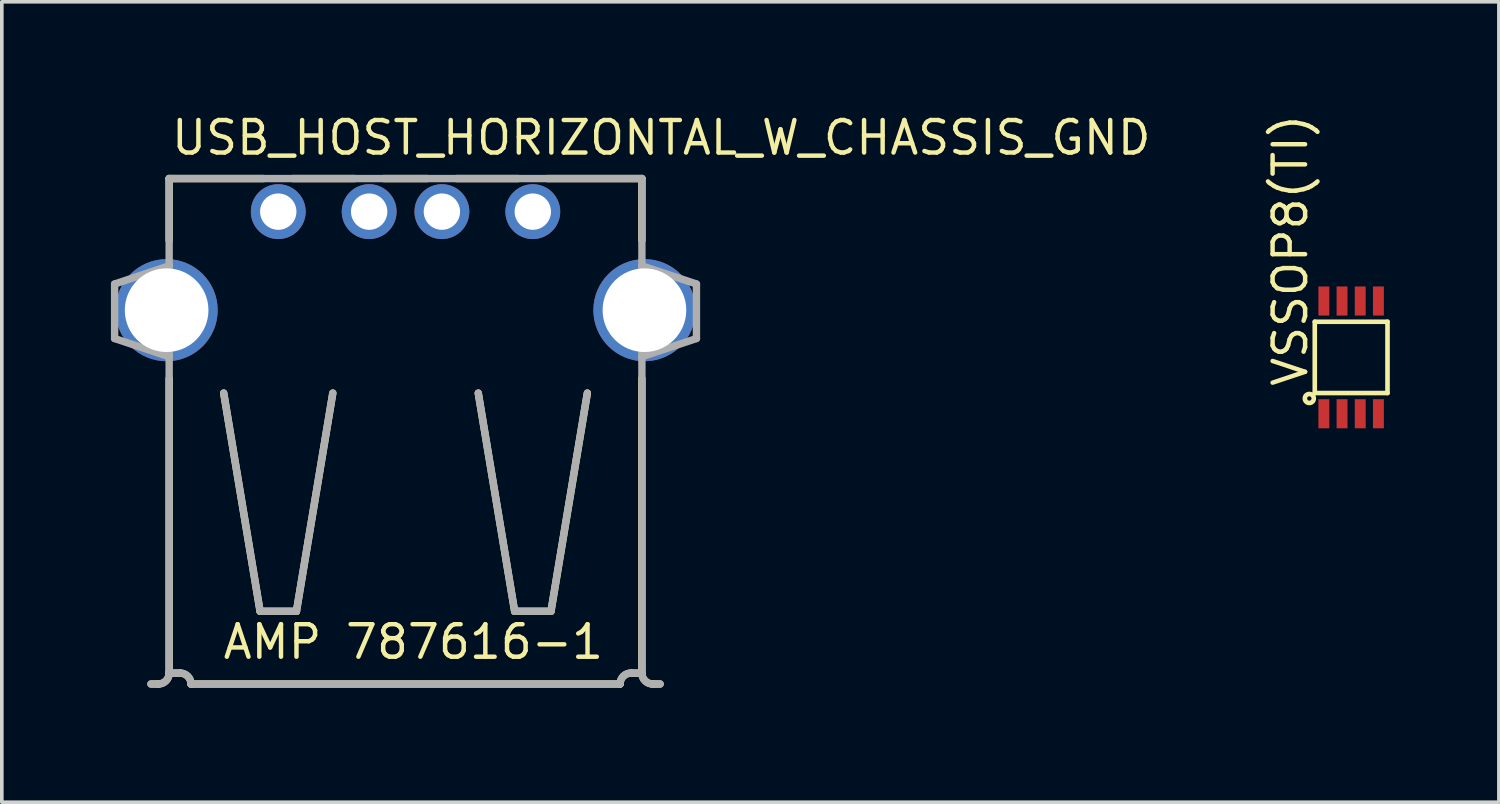
<source format=kicad_pcb>
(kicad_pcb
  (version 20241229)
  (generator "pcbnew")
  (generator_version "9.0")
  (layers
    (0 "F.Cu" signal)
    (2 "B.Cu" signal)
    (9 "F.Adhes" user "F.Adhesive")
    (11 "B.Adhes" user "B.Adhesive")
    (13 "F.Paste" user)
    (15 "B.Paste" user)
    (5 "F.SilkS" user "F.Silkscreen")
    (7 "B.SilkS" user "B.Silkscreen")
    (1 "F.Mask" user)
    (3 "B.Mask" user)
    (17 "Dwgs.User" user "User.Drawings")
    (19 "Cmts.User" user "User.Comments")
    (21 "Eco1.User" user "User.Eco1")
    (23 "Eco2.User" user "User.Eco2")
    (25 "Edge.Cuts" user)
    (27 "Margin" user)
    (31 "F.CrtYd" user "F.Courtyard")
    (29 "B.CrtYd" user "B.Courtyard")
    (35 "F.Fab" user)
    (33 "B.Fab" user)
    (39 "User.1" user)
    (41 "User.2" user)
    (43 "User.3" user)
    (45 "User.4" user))
  (footprint "USB_HOST_HORIZONTAL_W_CHASSIS_GND"
    (layer "F.Cu")
    (at 8.102 15.76)
    (property "Reference" "USB_HOST_HORIZONTAL_W_CHASSIS_GND" (at -6.5 -14.5 0) (layer "F.SilkS") (effects (font (size 0.894 0.894) (thickness 0.122)) (justify left bottom)))
    (fp_line (start -6.8 0) (end -7 0) (stroke (width 0.203) (type solid)) (layer "F.SilkS"))
    (fp_line (start -6.5 -13.9) (end -6.5 -12.2) (stroke (width 0.203) (type solid)) (layer "F.SilkS"))
    (fp_line (start -6.5 -8.4) (end -6.5 -0.3) (stroke (width 0.203) (type solid)) (layer "F.SilkS"))
    (fp_line (start -6.5 -0.3) (end -6.5 -0.3) (stroke (width 0.203) (type solid)) (layer "F.SilkS"))
    (fp_line (start -6.5 -0.3) (end -6.2 -0.3) (stroke (width 0.203) (type solid)) (layer "F.SilkS"))
    (fp_line (start -5.9 0) (end 5.9 0) (stroke (width 0.203) (type solid)) (layer "F.SilkS"))
    (fp_line (start -5 -8) (end -4 -2) (stroke (width 0.203) (type solid)) (layer "F.SilkS"))
    (fp_line (start -4 -2) (end -3 -2) (stroke (width 0.203) (type solid)) (layer "F.SilkS"))
    (fp_line (start -3.9 -13.9) (end -6.5 -13.9) (stroke (width 0.203) (type solid)) (layer "F.SilkS"))
    (fp_line (start -3 -2) (end -2 -8) (stroke (width 0.203) (type solid)) (layer "F.SilkS"))
    (fp_line (start -1.4 -13.9) (end -3.1 -13.9) (stroke (width 0.203) (type solid)) (layer "F.SilkS"))
    (fp_line (start 0.6 -13.9) (end -0.6 -13.9) (stroke (width 0.203) (type solid)) (layer "F.SilkS"))
    (fp_line (start 3 -2) (end 2 -8) (stroke (width 0.203) (type solid)) (layer "F.SilkS"))
    (fp_line (start 3.1 -13.9) (end 1.4 -13.9) (stroke (width 0.203) (type solid)) (layer "F.SilkS"))
    (fp_line (start 4 -2) (end 3 -2) (stroke (width 0.203) (type solid)) (layer "F.SilkS"))
    (fp_line (start 5 -8) (end 4 -2) (stroke (width 0.203) (type solid)) (layer "F.SilkS"))
    (fp_line (start 6.2 -0.3) (end 6.5 -0.3) (stroke (width 0.203) (type solid)) (layer "F.SilkS"))
    (fp_line (start 6.5 -13.9) (end 3.9 -13.9) (stroke (width 0.203) (type solid)) (layer "F.SilkS"))
    (fp_line (start 6.5 -12.2) (end 6.5 -13.9) (stroke (width 0.203) (type solid)) (layer "F.SilkS"))
    (fp_line (start 6.5 -0.3) (end 6.5 -8.4) (stroke (width 0.203) (type solid)) (layer "F.SilkS"))
    (fp_line (start 6.8 0) (end 7 0) (stroke (width 0.203) (type solid)) (layer "F.SilkS"))
    (fp_arc (start -6.4999 -0.3) (mid -6.587768 -0.087868) (end -6.7999 0) (stroke (width 0.2032) (type solid)) (layer "F.SilkS"))
    (fp_arc (start -6.2 -0.3) (mid -5.987868 -0.212132) (end -5.9 0) (stroke (width 0.2032) (type solid)) (layer "F.SilkS"))
    (fp_arc (start 5.9 0) (mid 5.987862 -0.212167) (end 6.199999 -0.300099) (stroke (width 0.2032) (type solid)) (layer "F.SilkS"))
    (fp_arc (start 6.8 0) (mid 6.587868 -0.087868) (end 6.5 -0.3) (stroke (width 0.2032) (type solid)) (layer "F.SilkS"))
    (fp_line (start -8 -11) (end -8 -9.5) (stroke (width 0.203) (type solid)) (layer "F.Fab"))
    (fp_line (start -8 -9.5) (end -6.5 -9) (stroke (width 0.203) (type solid)) (layer "F.Fab"))
    (fp_line (start -6.8 0) (end -7 0) (stroke (width 0.203) (type solid)) (layer "F.Fab"))
    (fp_line (start -6.5 -13.9) (end -6.5 -11.5) (stroke (width 0.203) (type solid)) (layer "F.Fab"))
    (fp_line (start -6.5 -11.5) (end -8 -11) (stroke (width 0.203) (type solid)) (layer "F.Fab"))
    (fp_line (start -6.5 -11.5) (end -6.5 -9) (stroke (width 0.203) (type solid)) (layer "F.Fab"))
    (fp_line (start -6.5 -9) (end -6.5 -0.3) (stroke (width 0.203) (type solid)) (layer "F.Fab"))
    (fp_line (start -6.5 -0.3) (end -6.5 -0.3) (stroke (width 0.203) (type solid)) (layer "F.Fab"))
    (fp_line (start -6.5 -0.3) (end -6.2 -0.3) (stroke (width 0.203) (type solid)) (layer "F.Fab"))
    (fp_line (start -5.9 0) (end 5.9 0) (stroke (width 0.203) (type solid)) (layer "F.Fab"))
    (fp_line (start -5 -8) (end -4 -2) (stroke (width 0.203) (type solid)) (layer "F.Fab"))
    (fp_line (start -4 -2) (end -3 -2) (stroke (width 0.203) (type solid)) (layer "F.Fab"))
    (fp_line (start -3 -2) (end -2 -8) (stroke (width 0.203) (type solid)) (layer "F.Fab"))
    (fp_line (start 3 -2) (end 2 -8) (stroke (width 0.203) (type solid)) (layer "F.Fab"))
    (fp_line (start 4 -2) (end 3 -2) (stroke (width 0.203) (type solid)) (layer "F.Fab"))
    (fp_line (start 5 -8) (end 4 -2) (stroke (width 0.203) (type solid)) (layer "F.Fab"))
    (fp_line (start 6.2 -0.3) (end 6.5 -0.3) (stroke (width 0.203) (type solid)) (layer "F.Fab"))
    (fp_line (start 6.5 -13.9) (end -6.5 -13.9) (stroke (width 0.203) (type solid)) (layer "F.Fab"))
    (fp_line (start 6.5 -11.5) (end 6.5 -13.9) (stroke (width 0.203) (type solid)) (layer "F.Fab"))
    (fp_line (start 6.5 -11.5) (end 8 -11) (stroke (width 0.203) (type solid)) (layer "F.Fab"))
    (fp_line (start 6.5 -9) (end 6.5 -11.5) (stroke (width 0.203) (type solid)) (layer "F.Fab"))
    (fp_line (start 6.5 -0.3) (end 6.5 -9) (stroke (width 0.203) (type solid)) (layer "F.Fab"))
    (fp_line (start 6.8 0) (end 7 0) (stroke (width 0.203) (type solid)) (layer "F.Fab"))
    (fp_line (start 8 -11) (end 8 -9.5) (stroke (width 0.203) (type solid)) (layer "F.Fab"))
    (fp_line (start 8 -9.5) (end 6.5 -9) (stroke (width 0.203) (type solid)) (layer "F.Fab"))
    (fp_arc (start -6.4999 -0.3) (mid -6.587768 -0.087868) (end -6.7999 0) (stroke (width 0.2032) (type solid)) (layer "F.Fab"))
    (fp_arc (start -6.2 -0.3) (mid -5.987868 -0.212132) (end -5.9 0) (stroke (width 0.2032) (type solid)) (layer "F.Fab"))
    (fp_arc (start 5.9 0) (mid 5.987862 -0.212167) (end 6.199999 -0.300099) (stroke (width 0.2032) (type solid)) (layer "F.Fab"))
    (fp_arc (start 6.8 0) (mid 6.587868 -0.087868) (end 6.5 -0.3) (stroke (width 0.2032) (type solid)) (layer "F.Fab"))
    (fp_text user "AMP 787616-1" (at -5.08 -0.635 0) (layer "F.SilkS") (effects (font (size 0.894 0.894) (thickness 0.122)) (justify left bottom)))
    (pad "1" thru_hole circle (at -3.5 -12.99) (size 1.508 1.508) (drill 1) (layers "*.Cu" "*.Mask"))
    (pad "2" thru_hole circle (at -1 -12.99) (size 1.508 1.508) (drill 1) (layers "*.Cu" "*.Mask"))
    (pad "3" thru_hole circle (at 1 -12.99) (size 1.508 1.508) (drill 1) (layers "*.Cu" "*.Mask"))
    (pad "4" thru_hole circle (at 3.5 -12.99) (size 1.508 1.508) (drill 1) (layers "*.Cu" "*.Mask"))
    (pad "5" thru_hole circle (at -6.57 -10.28) (size 2.808 2.808) (drill 2.3) (layers "*.Cu" "*.Mask"))
    (pad "6" thru_hole circle (at 6.57 -10.28) (size 2.808 2.808) (drill 2.3) (layers "*.Cu" "*.Mask")))
  (footprint "VSSOP8(TI)"
    (layer "F.Cu")
    (at 34.106 6.778)
    (property "Reference" "VSSOP8(TI)" (at -1.15 0.86 90) (layer "F.SilkS") (effects (font (size 0.894 0.894) (thickness 0.122)) (justify left bottom)))
    (fp_line (start -1 -0.98) (end 1 -0.98) (stroke (width 0.127) (type solid)) (layer "F.SilkS"))
    (fp_line (start -1 0.98) (end -1 -0.98) (stroke (width 0.127) (type solid)) (layer "F.SilkS"))
    (fp_line (start 1 -0.98) (end 1 0.98) (stroke (width 0.127) (type solid)) (layer "F.SilkS"))
    (fp_line (start 1 0.98) (end -1 0.98) (stroke (width 0.127) (type solid)) (layer "F.SilkS"))
    (fp_circle (center -1.15 1.13) (end -1.09 1.13) (stroke (width 0.127) (type solid)) (fill no) (layer "F.SilkS"))
    (pad "1" smd rect (at -0.75 1.55) (size 0.3 0.8) (layers "F.Cu" "F.Mask" "F.Paste"))
    (pad "2" smd rect (at -0.25 1.55) (size 0.3 0.8) (layers "F.Cu" "F.Mask" "F.Paste"))
    (pad "3" smd rect (at 0.25 1.55) (size 0.3 0.8) (layers "F.Cu" "F.Mask" "F.Paste"))
    (pad "4" smd rect (at 0.75 1.55) (size 0.3 0.8) (layers "F.Cu" "F.Mask" "F.Paste"))
    (pad "5" smd rect (at 0.75 -1.55) (size 0.3 0.8) (layers "F.Cu" "F.Mask" "F.Paste"))
    (pad "6" smd rect (at 0.25 -1.55) (size 0.3 0.8) (layers "F.Cu" "F.Mask" "F.Paste"))
    (pad "7" smd rect (at -0.25 -1.55) (size 0.3 0.8) (layers "F.Cu" "F.Mask" "F.Paste"))
    (pad "8" smd rect (at -0.75 -1.55) (size 0.3 0.8) (layers "F.Cu" "F.Mask" "F.Paste")))
  (gr_rect
    (start -3 -3)
    (end 38.169 19.01)
    (stroke (width 0.1) (type default))
    (fill no)
    (layer "Edge.Cuts")))
</source>
